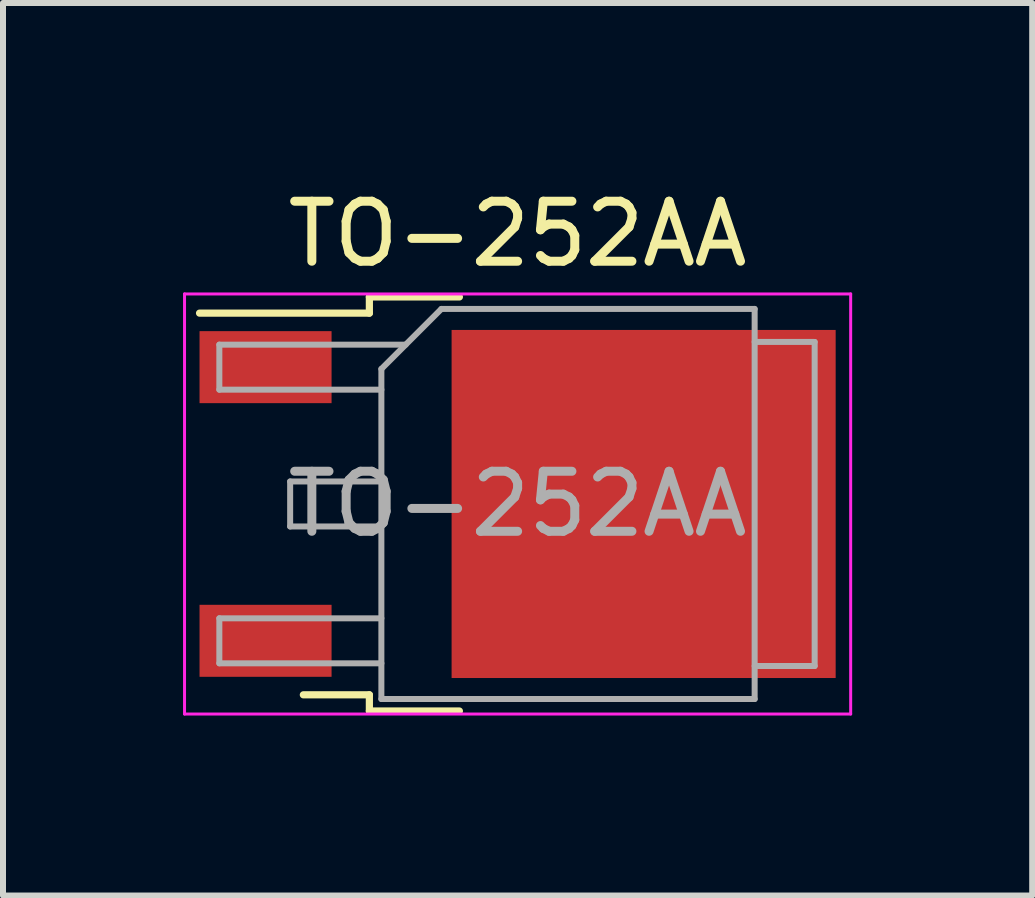
<source format=kicad_pcb>
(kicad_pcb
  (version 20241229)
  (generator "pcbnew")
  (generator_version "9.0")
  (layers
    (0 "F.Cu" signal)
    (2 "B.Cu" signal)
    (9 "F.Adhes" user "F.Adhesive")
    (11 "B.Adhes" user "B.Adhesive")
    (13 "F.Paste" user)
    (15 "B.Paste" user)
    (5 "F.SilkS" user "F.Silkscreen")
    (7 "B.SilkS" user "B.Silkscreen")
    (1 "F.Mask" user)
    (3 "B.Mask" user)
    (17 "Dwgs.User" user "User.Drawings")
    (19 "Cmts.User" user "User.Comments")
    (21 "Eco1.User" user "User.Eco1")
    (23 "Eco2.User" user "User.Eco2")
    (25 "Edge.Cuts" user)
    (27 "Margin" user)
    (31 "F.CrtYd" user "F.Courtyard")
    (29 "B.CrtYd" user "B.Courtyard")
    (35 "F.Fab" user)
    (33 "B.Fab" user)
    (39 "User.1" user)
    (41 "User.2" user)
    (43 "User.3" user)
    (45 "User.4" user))
  (footprint "TO-252AA"
    (layer "F.Cu")
    (at 5.575 5.348)
    (property "Reference" "TO-252AA" (at 0 -4.5 0) (layer "F.SilkS") (effects (font (size 1 1) (thickness 0.15))))
    (attr smd)
    (fp_line (start -2.47 -3.45) (end -2.47 -3.18) (stroke (width 0.12) (type solid)) (layer "F.SilkS"))
    (fp_line (start -2.47 -3.18) (end -5.3 -3.18) (stroke (width 0.12) (type solid)) (layer "F.SilkS"))
    (fp_line (start -2.47 3.18) (end -3.57 3.18) (stroke (width 0.12) (type solid)) (layer "F.SilkS"))
    (fp_line (start -2.47 3.45) (end -2.47 3.18) (stroke (width 0.12) (type solid)) (layer "F.SilkS"))
    (fp_line (start -0.97 -3.45) (end -2.47 -3.45) (stroke (width 0.12) (type solid)) (layer "F.SilkS"))
    (fp_line (start -0.97 3.45) (end -2.47 3.45) (stroke (width 0.12) (type solid)) (layer "F.SilkS"))
    (fp_line (start -5.55 -3.5) (end -5.55 3.5) (stroke (width 0.05) (type solid)) (layer "F.CrtYd"))
    (fp_line (start -5.55 3.5) (end 5.55 3.5) (stroke (width 0.05) (type solid)) (layer "F.CrtYd"))
    (fp_line (start 5.55 -3.5) (end -5.55 -3.5) (stroke (width 0.05) (type solid)) (layer "F.CrtYd"))
    (fp_line (start 5.55 3.5) (end 5.55 -3.5) (stroke (width 0.05) (type solid)) (layer "F.CrtYd"))
    (fp_line (start -4.97 -2.655) (end -4.97 -1.905) (stroke (width 0.1) (type solid)) (layer "F.Fab"))
    (fp_line (start -4.97 -1.905) (end -2.27 -1.905) (stroke (width 0.1) (type solid)) (layer "F.Fab"))
    (fp_line (start -4.97 1.905) (end -4.97 2.655) (stroke (width 0.1) (type solid)) (layer "F.Fab"))
    (fp_line (start -4.97 2.655) (end -2.27 2.655) (stroke (width 0.1) (type solid)) (layer "F.Fab"))
    (fp_line (start -3.79 -0.375) (end -3.79 0.375) (stroke (width 0.1) (type solid)) (layer "F.Fab"))
    (fp_line (start -3.79 0.375) (end -2.27 0.375) (stroke (width 0.1) (type solid)) (layer "F.Fab"))
    (fp_line (start -2.27 -2.25) (end -1.27 -3.25) (stroke (width 0.1) (type solid)) (layer "F.Fab"))
    (fp_line (start -2.27 -0.375) (end -3.79 -0.375) (stroke (width 0.1) (type solid)) (layer "F.Fab"))
    (fp_line (start -2.27 1.905) (end -4.97 1.905) (stroke (width 0.1) (type solid)) (layer "F.Fab"))
    (fp_line (start -2.27 3.25) (end -2.27 -2.25) (stroke (width 0.1) (type solid)) (layer "F.Fab"))
    (fp_line (start -1.865 -2.655) (end -4.97 -2.655) (stroke (width 0.1) (type solid)) (layer "F.Fab"))
    (fp_line (start -1.27 -3.25) (end 3.95 -3.25) (stroke (width 0.1) (type solid)) (layer "F.Fab"))
    (fp_line (start 3.95 -3.25) (end 3.95 3.25) (stroke (width 0.1) (type solid)) (layer "F.Fab"))
    (fp_line (start 3.95 -2.7) (end 4.95 -2.7) (stroke (width 0.1) (type solid)) (layer "F.Fab"))
    (fp_line (start 3.95 3.25) (end -2.27 3.25) (stroke (width 0.1) (type solid)) (layer "F.Fab"))
    (fp_line (start 4.95 -2.7) (end 4.95 2.7) (stroke (width 0.1) (type solid)) (layer "F.Fab"))
    (fp_line (start 4.95 2.7) (end 3.95 2.7) (stroke (width 0.1) (type solid)) (layer "F.Fab"))
    (fp_text user "${REFERENCE}" (at 0 0 0) (layer "F.Fab") (effects (font (size 1 1) (thickness 0.15))))
    (pad "" smd rect (at 0.425 -1.525) (size 3.05 2.75) (layers "F.Paste"))
    (pad "" smd rect (at 0.425 1.525) (size 3.05 2.75) (layers "F.Paste"))
    (pad "" smd rect (at 3.775 -1.525) (size 3.05 2.75) (layers "F.Paste"))
    (pad "" smd rect (at 3.775 1.525) (size 3.05 2.75) (layers "F.Paste"))
    (pad "1" smd rect (at -4.2 -2.28) (size 2.2 1.2) (layers "F.Cu" "F.Mask" "F.Paste"))
    (pad "2" smd rect (at 2.1 0) (size 6.4 5.8) (layers "F.Cu" "F.Mask"))
    (pad "3" smd rect (at -4.2 2.28) (size 2.2 1.2) (layers "F.Cu" "F.Mask" "F.Paste")))
  (gr_rect
    (start -3 -3)
    (end 14.15 11.873)
    (stroke (width 0.1) (type default))
    (fill no)
    (layer "Edge.Cuts")))
</source>
